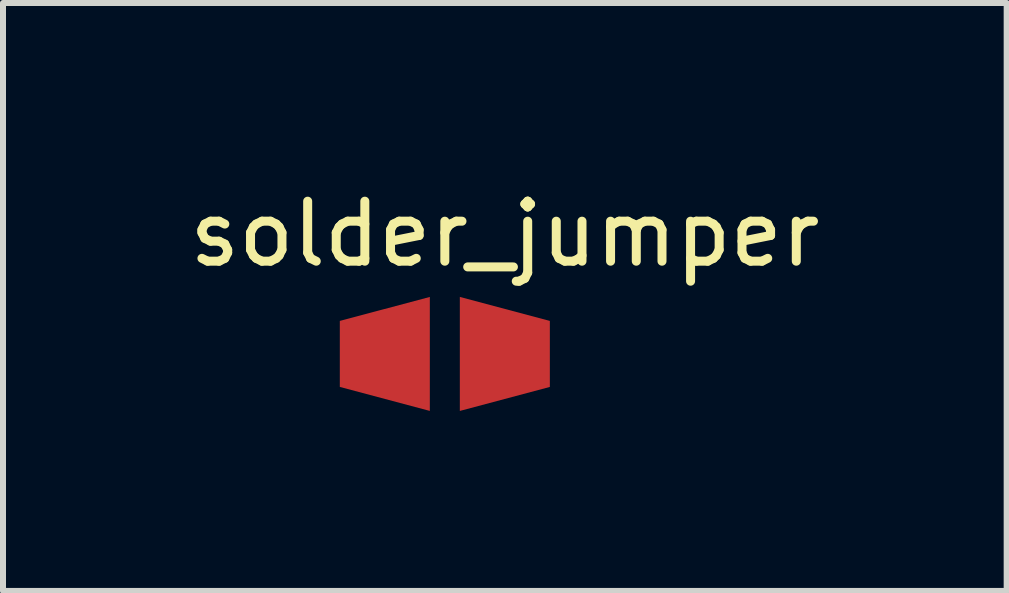
<source format=kicad_pcb>
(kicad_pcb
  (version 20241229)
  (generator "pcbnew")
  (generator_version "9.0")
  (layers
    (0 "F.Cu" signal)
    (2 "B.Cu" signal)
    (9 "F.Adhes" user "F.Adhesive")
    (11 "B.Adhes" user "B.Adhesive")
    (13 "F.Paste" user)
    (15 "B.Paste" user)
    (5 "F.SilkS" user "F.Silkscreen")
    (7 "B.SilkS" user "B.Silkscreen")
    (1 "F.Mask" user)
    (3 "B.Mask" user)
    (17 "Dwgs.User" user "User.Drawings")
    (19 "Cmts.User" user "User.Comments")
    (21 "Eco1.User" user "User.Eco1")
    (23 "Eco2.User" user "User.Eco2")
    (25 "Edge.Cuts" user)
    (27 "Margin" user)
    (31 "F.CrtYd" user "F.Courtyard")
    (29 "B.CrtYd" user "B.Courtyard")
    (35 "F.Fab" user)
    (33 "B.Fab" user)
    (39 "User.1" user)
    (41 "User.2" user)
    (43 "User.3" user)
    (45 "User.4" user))
  (footprint "solder_jumper"
    (layer "F.Cu")
    (at 4.363 2.848)
    (property "Reference" "solder_jumper" (at 1 -2 0) (layer "F.SilkS") (effects (font (size 1 1) (thickness 0.15))))
    (attr through_hole)
    (pad "1" smd trapezoid (at -1 0) (size 1.5 1.5) (rect_delta -0.4 0) (layers "F.Cu" "F.Mask" "F.Paste"))
    (pad "2" smd trapezoid (at 1 0) (size 1.5 1.5) (rect_delta 0.4 0) (layers "F.Cu" "F.Mask" "F.Paste")))
  (gr_rect
    (start -3 -3)
    (end 13.726 6.798)
    (stroke (width 0.1) (type default))
    (fill no)
    (layer "Edge.Cuts")))
</source>
